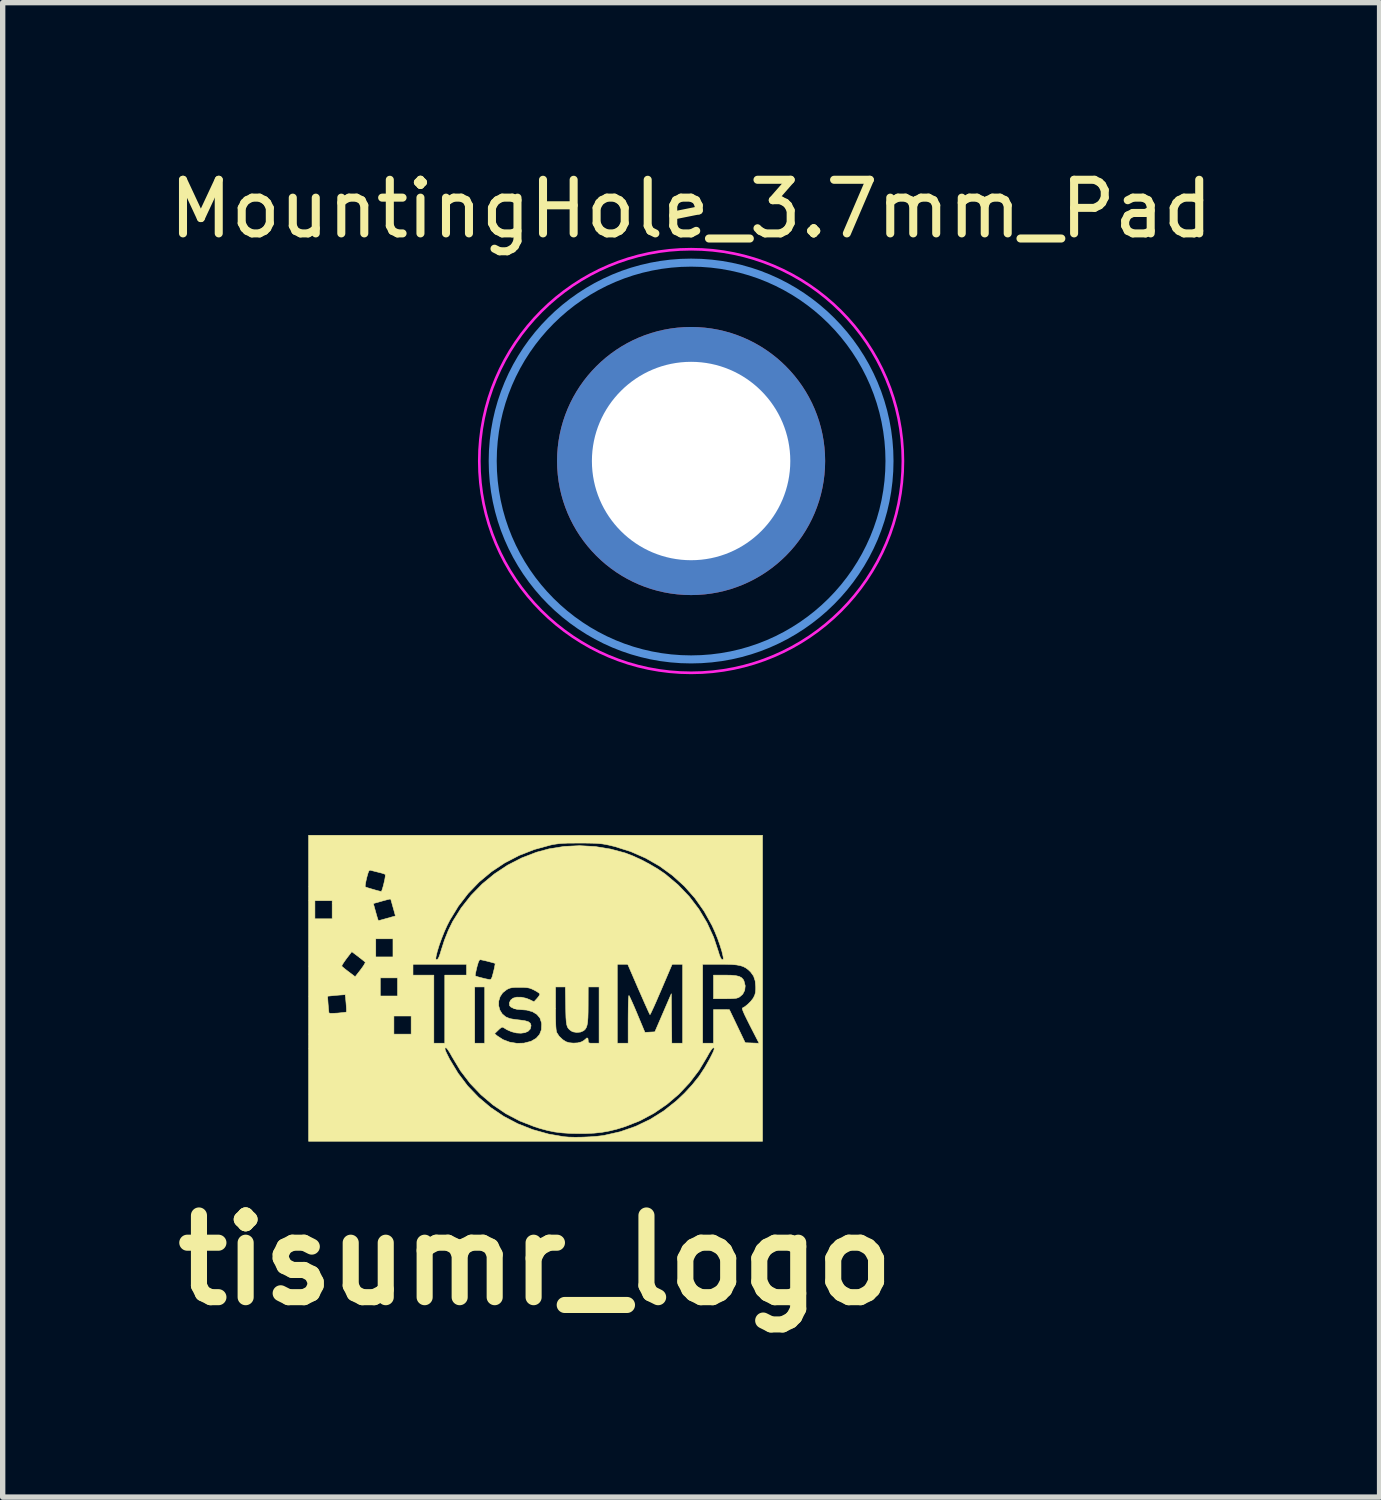
<source format=kicad_pcb>
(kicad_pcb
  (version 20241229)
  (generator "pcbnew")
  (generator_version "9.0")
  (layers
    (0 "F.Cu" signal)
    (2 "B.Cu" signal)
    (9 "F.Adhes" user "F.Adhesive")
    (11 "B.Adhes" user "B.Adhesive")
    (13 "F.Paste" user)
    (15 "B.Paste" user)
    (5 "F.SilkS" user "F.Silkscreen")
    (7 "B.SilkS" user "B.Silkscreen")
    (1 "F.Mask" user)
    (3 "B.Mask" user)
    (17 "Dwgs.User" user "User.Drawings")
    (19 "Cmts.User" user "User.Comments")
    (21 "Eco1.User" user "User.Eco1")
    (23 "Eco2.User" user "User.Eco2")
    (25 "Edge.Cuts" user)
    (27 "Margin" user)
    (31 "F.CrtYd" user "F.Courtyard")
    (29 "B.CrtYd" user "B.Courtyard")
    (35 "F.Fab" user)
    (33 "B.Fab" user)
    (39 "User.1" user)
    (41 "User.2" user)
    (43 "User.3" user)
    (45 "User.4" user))
  (footprint "tisumr_logo"
    (layer "F.Cu")
    (at 6.938 15.373)
    (property "Reference" "tisumr_logo" (at 0 5.08 0) (layer "F.SilkS") (effects (font (size 1.524 1.524) (thickness 0.3))))
    (attr through_hole)
    (fp_poly (pts (xy 3.648 -0.235) (xy 3.735 -0.227) (xy 3.799 -0.212) (xy 3.843 -0.188) (xy 3.874 -0.154) (xy 3.888 -0.125) (xy 3.91 -0.037) (xy 3.901 0.046) (xy 3.864 0.118) (xy 3.805 0.17) (xy 3.777 0.184) (xy 3.744 0.194) (xy 3.698 0.199) (xy 3.633 0.202) (xy 3.542 0.203) (xy 3.535 0.203) (xy 3.319 0.203) (xy 3.319 -0.237) (xy 3.532 -0.237) (xy 3.648 -0.235)) (stroke (width 0.01) (type solid)) (fill yes) (layer "F.SilkS"))
    (fp_poly (pts (xy 4.233 2.862) (xy -4.233 2.862) (xy -4.233 1.136) (xy -1.69 1.136) (xy -1.683 1.164) (xy -1.663 1.211) (xy -1.628 1.282) (xy -1.601 1.335) (xy -1.446 1.592) (xy -1.267 1.829) (xy -1.063 2.042) (xy -0.838 2.232) (xy -0.594 2.397) (xy -0.331 2.535) (xy -0.051 2.645) (xy 0.242 2.727) (xy 0.525 2.776) (xy 0.621 2.784) (xy 0.74 2.787) (xy 0.872 2.785) (xy 1.007 2.779) (xy 1.135 2.77) (xy 1.246 2.757) (xy 1.278 2.752) (xy 1.579 2.684) (xy 1.865 2.584) (xy 2.135 2.455) (xy 2.39 2.296) (xy 2.628 2.107) (xy 2.777 1.966) (xy 2.924 1.807) (xy 3.049 1.651) (xy 3.157 1.487) (xy 3.243 1.335) (xy 3.287 1.249) (xy 3.316 1.189) (xy 3.33 1.15) (xy 3.332 1.128) (xy 3.322 1.119) (xy 3.312 1.118) (xy 3.294 1.132) (xy 3.266 1.171) (xy 3.231 1.228) (xy 3.201 1.283) (xy 3.05 1.536) (xy 2.872 1.77) (xy 2.671 1.984) (xy 2.448 2.174) (xy 2.207 2.339) (xy 1.95 2.477) (xy 1.68 2.584) (xy 1.665 2.589) (xy 1.51 2.637) (xy 1.37 2.671) (xy 1.235 2.695) (xy 1.093 2.71) (xy 0.935 2.717) (xy 0.821 2.718) (xy 0.647 2.715) (xy 0.496 2.705) (xy 0.358 2.688) (xy 0.222 2.66) (xy 0.078 2.621) (xy -0.022 2.589) (xy -0.293 2.483) (xy -0.551 2.348) (xy -0.793 2.184) (xy -1.016 1.995) (xy -1.219 1.783) (xy -1.398 1.549) (xy -1.55 1.297) (xy -1.558 1.283) (xy -1.596 1.215) (xy -1.63 1.161) (xy -1.656 1.127) (xy -1.669 1.118) (xy -1.685 1.121) (xy -1.69 1.136) (xy -4.233 1.136) (xy -4.233 0.525) (xy -2.642 0.525) (xy -2.642 0.864) (xy -2.32 0.864) (xy -2.32 0.525) (xy -2.642 0.525) (xy -4.233 0.525) (xy -4.233 0.156) (xy -3.879 0.156) (xy -3.869 0.302) (xy -3.863 0.371) (xy -3.858 0.427) (xy -3.854 0.461) (xy -3.853 0.467) (xy -3.834 0.475) (xy -3.785 0.476) (xy -3.704 0.472) (xy -3.69 0.471) (xy -3.621 0.464) (xy -3.566 0.458) (xy -3.533 0.453) (xy -3.527 0.451) (xy -3.526 0.433) (xy -3.527 0.388) (xy -3.531 0.326) (xy -3.534 0.286) (xy -3.548 0.127) (xy -3.615 0.132) (xy -3.672 0.136) (xy -3.742 0.142) (xy -3.781 0.146) (xy -3.879 0.156) (xy -4.233 0.156) (xy -4.233 -0.186) (xy -2.896 -0.186) (xy -2.896 0.152) (xy -2.574 0.152) (xy -2.574 -0.186) (xy -2.896 -0.186) (xy -4.233 -0.186) (xy -4.233 -0.404) (xy -3.614 -0.404) (xy -3.597 -0.388) (xy -3.559 -0.356) (xy -3.508 -0.316) (xy -3.484 -0.298) (xy -3.364 -0.207) (xy -3.265 -0.334) (xy -3.224 -0.39) (xy -3.193 -0.437) (xy -3.192 -0.44) (xy -2.286 -0.44) (xy -2.286 -0.237) (xy -1.897 -0.237) (xy -1.897 1.033) (xy -1.693 1.033) (xy -1.693 -0.017) (xy -1.135 -0.017) (xy -1.135 1.033) (xy -0.948 1.033) (xy -0.948 0.855) (xy -0.764 0.855) (xy -0.716 0.895) (xy -0.607 0.966) (xy -0.482 1.013) (xy -0.348 1.035) (xy -0.216 1.031) (xy -0.091 0.999) (xy -0.08 0.995) (xy 0.012 0.941) (xy 0.075 0.87) (xy 0.109 0.782) (xy 0.114 0.677) (xy 0.11 0.648) (xy 0.082 0.563) (xy 0.025 0.495) (xy -0.057 0.445) (xy -0.164 0.415) (xy -0.281 0.406) (xy -0.349 0.4) (xy -0.412 0.382) (xy -0.461 0.357) (xy -0.485 0.331) (xy -0.488 0.279) (xy -0.464 0.229) (xy -0.42 0.193) (xy -0.351 0.174) (xy -0.266 0.175) (xy -0.174 0.195) (xy -0.111 0.22) (xy -0.029 0.26) (xy 0.029 0.197) (xy 0.061 0.157) (xy 0.079 0.124) (xy 0.08 0.113) (xy 0.063 0.096) (xy 0.023 0.069) (xy -0.026 0.042) (xy -0.075 0.019) (xy -0.117 0.004) (xy -0.163 -0.004) (xy -0.223 -0.008) (xy -0.295 -0.008) (xy -0.377 -0.008) (xy -0.434 -0.004) (xy -0.477 0.005) (xy -0.514 0.02) (xy -0.538 0.033) (xy -0.613 0.092) (xy -0.662 0.166) (xy -0.687 0.248) (xy -0.688 0.333) (xy -0.666 0.414) (xy -0.622 0.486) (xy -0.556 0.542) (xy -0.479 0.574) (xy -0.429 0.583) (xy -0.361 0.593) (xy -0.288 0.601) (xy -0.288 0.601) (xy -0.197 0.614) (xy -0.135 0.632) (xy -0.099 0.66) (xy -0.085 0.698) (xy -0.085 0.71) (xy -0.099 0.768) (xy -0.139 0.81) (xy -0.198 0.836) (xy -0.273 0.846) (xy -0.358 0.841) (xy -0.448 0.818) (xy -0.537 0.779) (xy -0.596 0.742) (xy -0.617 0.733) (xy -0.639 0.74) (xy -0.673 0.767) (xy -0.695 0.788) (xy -0.764 0.855) (xy -0.948 0.855) (xy -0.948 -0.017) (xy 0.373 -0.017) (xy 0.373 0.382) (xy 0.373 0.521) (xy 0.375 0.63) (xy 0.378 0.713) (xy 0.383 0.773) (xy 0.389 0.813) (xy 0.396 0.835) (xy 0.439 0.902) (xy 0.505 0.965) (xy 0.567 1.005) (xy 0.628 1.024) (xy 0.705 1.031) (xy 0.784 1.027) (xy 0.851 1.01) (xy 0.851 1.01) (xy 0.896 0.986) (xy 0.928 0.96) (xy 0.929 0.959) (xy 0.958 0.934) (xy 0.976 0.941) (xy 0.982 0.98) (xy 0.982 0.982) (xy 0.983 1.01) (xy 0.993 1.025) (xy 1.018 1.032) (xy 1.067 1.033) (xy 1.084 1.033) (xy 1.185 1.033) (xy 1.185 -0.017) (xy 0.982 -0.017) (xy 0.981 0.318) (xy 0.98 0.451) (xy 0.977 0.556) (xy 0.971 0.636) (xy 0.961 0.695) (xy 0.947 0.738) (xy 0.928 0.77) (xy 0.903 0.794) (xy 0.896 0.8) (xy 0.839 0.825) (xy 0.768 0.832) (xy 0.7 0.821) (xy 0.669 0.806) (xy 0.637 0.783) (xy 0.613 0.759) (xy 0.594 0.729) (xy 0.582 0.688) (xy 0.573 0.632) (xy 0.567 0.555) (xy 0.564 0.454) (xy 0.562 0.335) (xy 0.556 -0.017) (xy 0.373 -0.017) (xy -0.948 -0.017) (xy -1.135 -0.017) (xy -1.693 -0.017) (xy -1.693 -0.228) (xy -1.126 -0.228) (xy -1.126 -0.223) (xy -1.106 -0.215) (xy -1.063 -0.202) (xy -1.007 -0.187) (xy -0.948 -0.172) (xy -0.895 -0.161) (xy -0.859 -0.154) (xy -0.854 -0.154) (xy -0.837 -0.157) (xy -0.822 -0.174) (xy -0.808 -0.209) (xy -0.792 -0.269) (xy -0.784 -0.3) (xy -0.768 -0.366) (xy -0.758 -0.419) (xy -0.754 -0.44) (xy 1.524 -0.44) (xy 1.524 1.033) (xy 1.727 1.033) (xy 1.727 0.583) (xy 1.728 0.464) (xy 1.729 0.358) (xy 1.731 0.268) (xy 1.734 0.2) (xy 1.738 0.156) (xy 1.742 0.142) (xy 1.742 0.142) (xy 1.752 0.16) (xy 1.773 0.204) (xy 1.803 0.27) (xy 1.84 0.354) (xy 1.881 0.45) (xy 1.898 0.491) (xy 2.04 0.831) (xy 2.225 0.821) (xy 2.532 0.11) (xy 2.536 0.571) (xy 2.541 1.033) (xy 2.743 1.033) (xy 2.743 -0.44) (xy 3.116 -0.44) (xy 3.116 1.033) (xy 3.319 1.033) (xy 3.319 0.406) (xy 3.467 0.406) (xy 3.615 0.407) (xy 3.763 0.716) (xy 3.91 1.024) (xy 4.039 1.029) (xy 4.169 1.034) (xy 4.002 0.709) (xy 3.942 0.589) (xy 3.897 0.497) (xy 3.869 0.432) (xy 3.856 0.392) (xy 3.857 0.377) (xy 3.858 0.377) (xy 3.904 0.351) (xy 3.96 0.306) (xy 4.014 0.252) (xy 4.056 0.198) (xy 4.064 0.185) (xy 4.088 0.136) (xy 4.101 0.087) (xy 4.106 0.024) (xy 4.106 -0.017) (xy 4.096 -0.129) (xy 4.066 -0.22) (xy 4.011 -0.296) (xy 3.967 -0.338) (xy 3.922 -0.371) (xy 3.873 -0.397) (xy 3.816 -0.415) (xy 3.745 -0.428) (xy 3.655 -0.436) (xy 3.541 -0.439) (xy 3.426 -0.44) (xy 3.116 -0.44) (xy 2.743 -0.44) (xy 2.548 -0.44) (xy 2.346 0.033) (xy 2.295 0.15) (xy 2.249 0.257) (xy 2.208 0.349) (xy 2.174 0.422) (xy 2.15 0.473) (xy 2.136 0.498) (xy 2.134 0.5) (xy 2.125 0.483) (xy 2.104 0.439) (xy 2.074 0.372) (xy 2.035 0.286) (xy 1.99 0.183) (xy 1.94 0.069) (xy 1.921 0.027) (xy 1.719 -0.44) (xy 1.524 -0.44) (xy -0.754 -0.44) (xy -0.753 -0.449) (xy -0.753 -0.454) (xy -0.772 -0.462) (xy -0.815 -0.474) (xy -0.871 -0.489) (xy -0.931 -0.504) (xy -0.985 -0.516) (xy -1.023 -0.524) (xy -1.034 -0.525) (xy -1.05 -0.514) (xy -1.067 -0.478) (xy -1.086 -0.415) (xy -1.096 -0.377) (xy -1.111 -0.311) (xy -1.122 -0.259) (xy -1.126 -0.228) (xy -1.693 -0.228) (xy -1.693 -0.237) (xy -1.287 -0.237) (xy -1.287 -0.44) (xy -2.286 -0.44) (xy -3.192 -0.44) (xy -3.177 -0.468) (xy -3.176 -0.476) (xy -3.193 -0.493) (xy -3.231 -0.524) (xy -3.257 -0.545) (xy -1.861 -0.545) (xy -1.856 -0.528) (xy -1.837 -0.528) (xy -1.819 -0.541) (xy -1.8 -0.578) (xy -1.777 -0.642) (xy -1.762 -0.694) (xy -1.7 -0.887) (xy -1.627 -1.07) (xy -1.548 -1.231) (xy -1.546 -1.236) (xy -1.386 -1.491) (xy -1.201 -1.726) (xy -0.993 -1.938) (xy -0.765 -2.126) (xy -0.519 -2.289) (xy -0.257 -2.423) (xy 0.018 -2.529) (xy 0.252 -2.592) (xy 0.533 -2.637) (xy 0.822 -2.651) (xy 1.113 -2.635) (xy 1.4 -2.588) (xy 1.669 -2.516) (xy 1.81 -2.462) (xy 1.964 -2.392) (xy 2.122 -2.309) (xy 2.272 -2.221) (xy 2.403 -2.133) (xy 2.423 -2.118) (xy 2.656 -1.922) (xy 2.864 -1.705) (xy 3.045 -1.468) (xy 3.198 -1.212) (xy 3.322 -0.941) (xy 3.404 -0.694) (xy 3.429 -0.613) (xy 3.45 -0.56) (xy 3.469 -0.533) (xy 3.48 -0.528) (xy 3.498 -0.528) (xy 3.503 -0.545) (xy 3.497 -0.587) (xy 3.475 -0.682) (xy 3.439 -0.797) (xy 3.395 -0.922) (xy 3.344 -1.047) (xy 3.293 -1.16) (xy 3.146 -1.426) (xy 2.973 -1.672) (xy 2.776 -1.895) (xy 2.555 -2.095) (xy 2.314 -2.27) (xy 2.054 -2.419) (xy 1.776 -2.541) (xy 1.482 -2.634) (xy 1.366 -2.662) (xy 1.302 -2.675) (xy 1.242 -2.685) (xy 1.179 -2.691) (xy 1.106 -2.696) (xy 1.017 -2.698) (xy 0.905 -2.7) (xy 0.821 -2.7) (xy 0.691 -2.699) (xy 0.588 -2.698) (xy 0.506 -2.694) (xy 0.438 -2.689) (xy 0.377 -2.681) (xy 0.316 -2.671) (xy 0.277 -2.662) (xy -0.023 -2.58) (xy -0.307 -2.469) (xy -0.575 -2.33) (xy -0.823 -2.165) (xy -1.052 -1.974) (xy -1.258 -1.76) (xy -1.441 -1.522) (xy -1.598 -1.264) (xy -1.651 -1.16) (xy -1.703 -1.044) (xy -1.753 -0.918) (xy -1.798 -0.793) (xy -1.833 -0.679) (xy -1.855 -0.587) (xy -1.861 -0.545) (xy -3.257 -0.545) (xy -3.282 -0.564) (xy -3.306 -0.583) (xy -3.427 -0.674) (xy -3.525 -0.547) (xy -3.566 -0.49) (xy -3.597 -0.443) (xy -3.613 -0.412) (xy -3.614 -0.404) (xy -4.233 -0.404) (xy -4.233 -0.914) (xy -2.98 -0.914) (xy -2.98 -0.576) (xy -2.659 -0.576) (xy -2.659 -0.914) (xy -2.98 -0.914) (xy -4.233 -0.914) (xy -4.233 -1.626) (xy -4.115 -1.626) (xy -4.115 -1.287) (xy -3.793 -1.287) (xy -3.793 -1.572) (xy -3.025 -1.572) (xy -2.981 -1.413) (xy -2.962 -1.345) (xy -2.946 -1.291) (xy -2.934 -1.259) (xy -2.93 -1.253) (xy -2.912 -1.257) (xy -2.868 -1.269) (xy -2.807 -1.286) (xy -2.768 -1.297) (xy -2.613 -1.341) (xy -2.656 -1.496) (xy -2.675 -1.563) (xy -2.69 -1.617) (xy -2.7 -1.65) (xy -2.703 -1.657) (xy -2.719 -1.655) (xy -2.762 -1.645) (xy -2.822 -1.629) (xy -2.866 -1.617) (xy -3.025 -1.572) (xy -3.793 -1.572) (xy -3.793 -1.626) (xy -4.115 -1.626) (xy -4.233 -1.626) (xy -4.233 -1.89) (xy -3.178 -1.89) (xy -3.176 -1.883) (xy -3.157 -1.875) (xy -3.114 -1.861) (xy -3.057 -1.844) (xy -2.995 -1.826) (xy -2.937 -1.81) (xy -2.892 -1.799) (xy -2.876 -1.797) (xy -2.868 -1.811) (xy -2.854 -1.852) (xy -2.837 -1.911) (xy -2.828 -1.949) (xy -2.812 -2.019) (xy -2.803 -2.075) (xy -2.802 -2.109) (xy -2.805 -2.116) (xy -2.827 -2.126) (xy -2.874 -2.141) (xy -2.934 -2.156) (xy -2.938 -2.157) (xy -3.001 -2.173) (xy -3.053 -2.186) (xy -3.084 -2.194) (xy -3.084 -2.194) (xy -3.099 -2.192) (xy -3.112 -2.173) (xy -3.127 -2.132) (xy -3.146 -2.064) (xy -3.15 -2.049) (xy -3.165 -1.981) (xy -3.175 -1.925) (xy -3.178 -1.89) (xy -4.233 -1.89) (xy -4.233 -2.845) (xy 4.233 -2.845) (xy 4.233 2.862)) (stroke (width 0.01) (type solid)) (fill yes) (layer "F.SilkS")))
  (footprint "MountingHole_3.7mm_Pad"
    (layer "F.Cu")
    (at 9.839 5.548)
    (property "Reference" "MountingHole_3.7mm_Pad" (at 0 -4.7 0) (layer "F.SilkS") (effects (font (size 1 1) (thickness 0.15))))
    (attr through_hole)
    (fp_circle (center 0 0) (end 3.7 0) (stroke (width 0.15) (type solid)) (fill no) (layer "Cmts.User"))
    (fp_circle (center 0 0) (end 3.95 0) (stroke (width 0.05) (type solid)) (fill no) (layer "F.CrtYd"))
    (pad "1" thru_hole circle (at 0 0) (size 5 5) (drill 3.7) (layers "*.Cu" "*.Mask")))
  (gr_rect
    (start -3 -3)
    (end 22.679 24.871)
    (stroke (width 0.1) (type default))
    (fill no)
    (layer "Edge.Cuts")))
</source>
